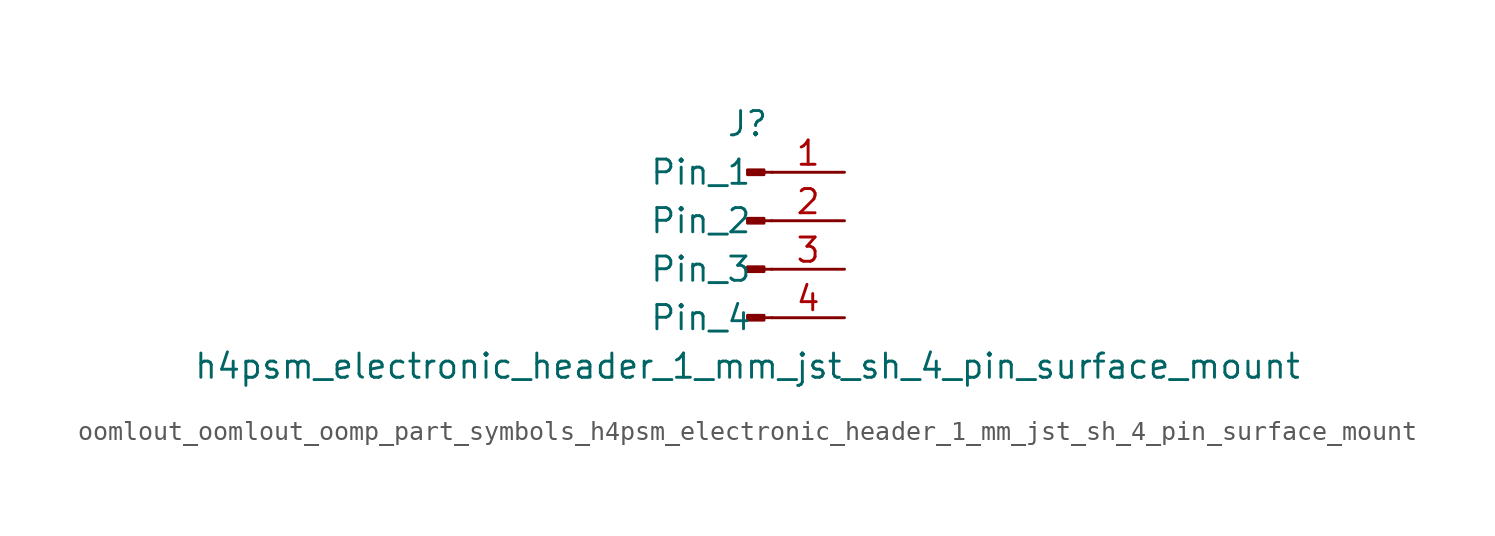
<source format=kicad_sym>
(kicad_symbol_lib
  (version 20220914)
  (generator kicad_symbol_editor)
  (symbol "oomlout_oomlout_oomp_part_symbols_h4psm_electronic_header_1_mm_jst_sh_4_pin_surface_mount"
    (pin_names
      (offset 1.016))
    (property "Reference" "J"
      (at 0 5.08 0)
      (effects (font (size 1.27 1.27))))
    (property "Value" "h4psm_electronic_header_1_mm_jst_sh_4_pin_surface_mount"
      (at 0 -7.62 0)
      (effects (font (size 1.27 1.27))))
    (property "ki_locked" ""
      (at 0 0 0)
      (effects (font (size 1.27 1.27))))
    (symbol "oomlout_oomlout_oomp_part_symbols_h4psm_electronic_header_1_mm_jst_sh_4_pin_surface_mount_1_1"
      (polyline (pts (xy 1.27 -5.08) (xy 0.864 -5.08)) (stroke (width 0.152) (type default)) (fill (type none)))
      (polyline (pts (xy 1.27 -2.54) (xy 0.864 -2.54)) (stroke (width 0.152) (type default)) (fill (type none)))
      (polyline (pts (xy 1.27 0) (xy 0.864 0)) (stroke (width 0.152) (type default)) (fill (type none)))
      (polyline (pts (xy 1.27 2.54) (xy 0.864 2.54)) (stroke (width 0.152) (type default)) (fill (type none)))
      (rectangle (start 0.864 -4.953) (end 0 -5.207) (stroke (width 0.152) (type default)) (fill (type outline)))
      (rectangle (start 0.864 -2.413) (end 0 -2.667) (stroke (width 0.152) (type default)) (fill (type outline)))
      (rectangle (start 0.864 0.127) (end 0 -0.127) (stroke (width 0.152) (type default)) (fill (type outline)))
      (rectangle (start 0.864 2.667) (end 0 2.413) (stroke (width 0.152) (type default)) (fill (type outline)))
      (pin passive line (at 5.08 2.54 180) (length 3.81) (name "Pin_1" (effects (font (size 1.27 1.27)))) (number "1" (effects (font (size 1.27 1.27)))))
      (pin passive line (at 5.08 0 180) (length 3.81) (name "Pin_2" (effects (font (size 1.27 1.27)))) (number "2" (effects (font (size 1.27 1.27)))))
      (pin passive line (at 5.08 -2.54 180) (length 3.81) (name "Pin_3" (effects (font (size 1.27 1.27)))) (number "3" (effects (font (size 1.27 1.27)))))
      (pin passive line (at 5.08 -5.08 180) (length 3.81) (name "Pin_4" (effects (font (size 1.27 1.27)))) (number "4" (effects (font (size 1.27 1.27))))))))
</source>
